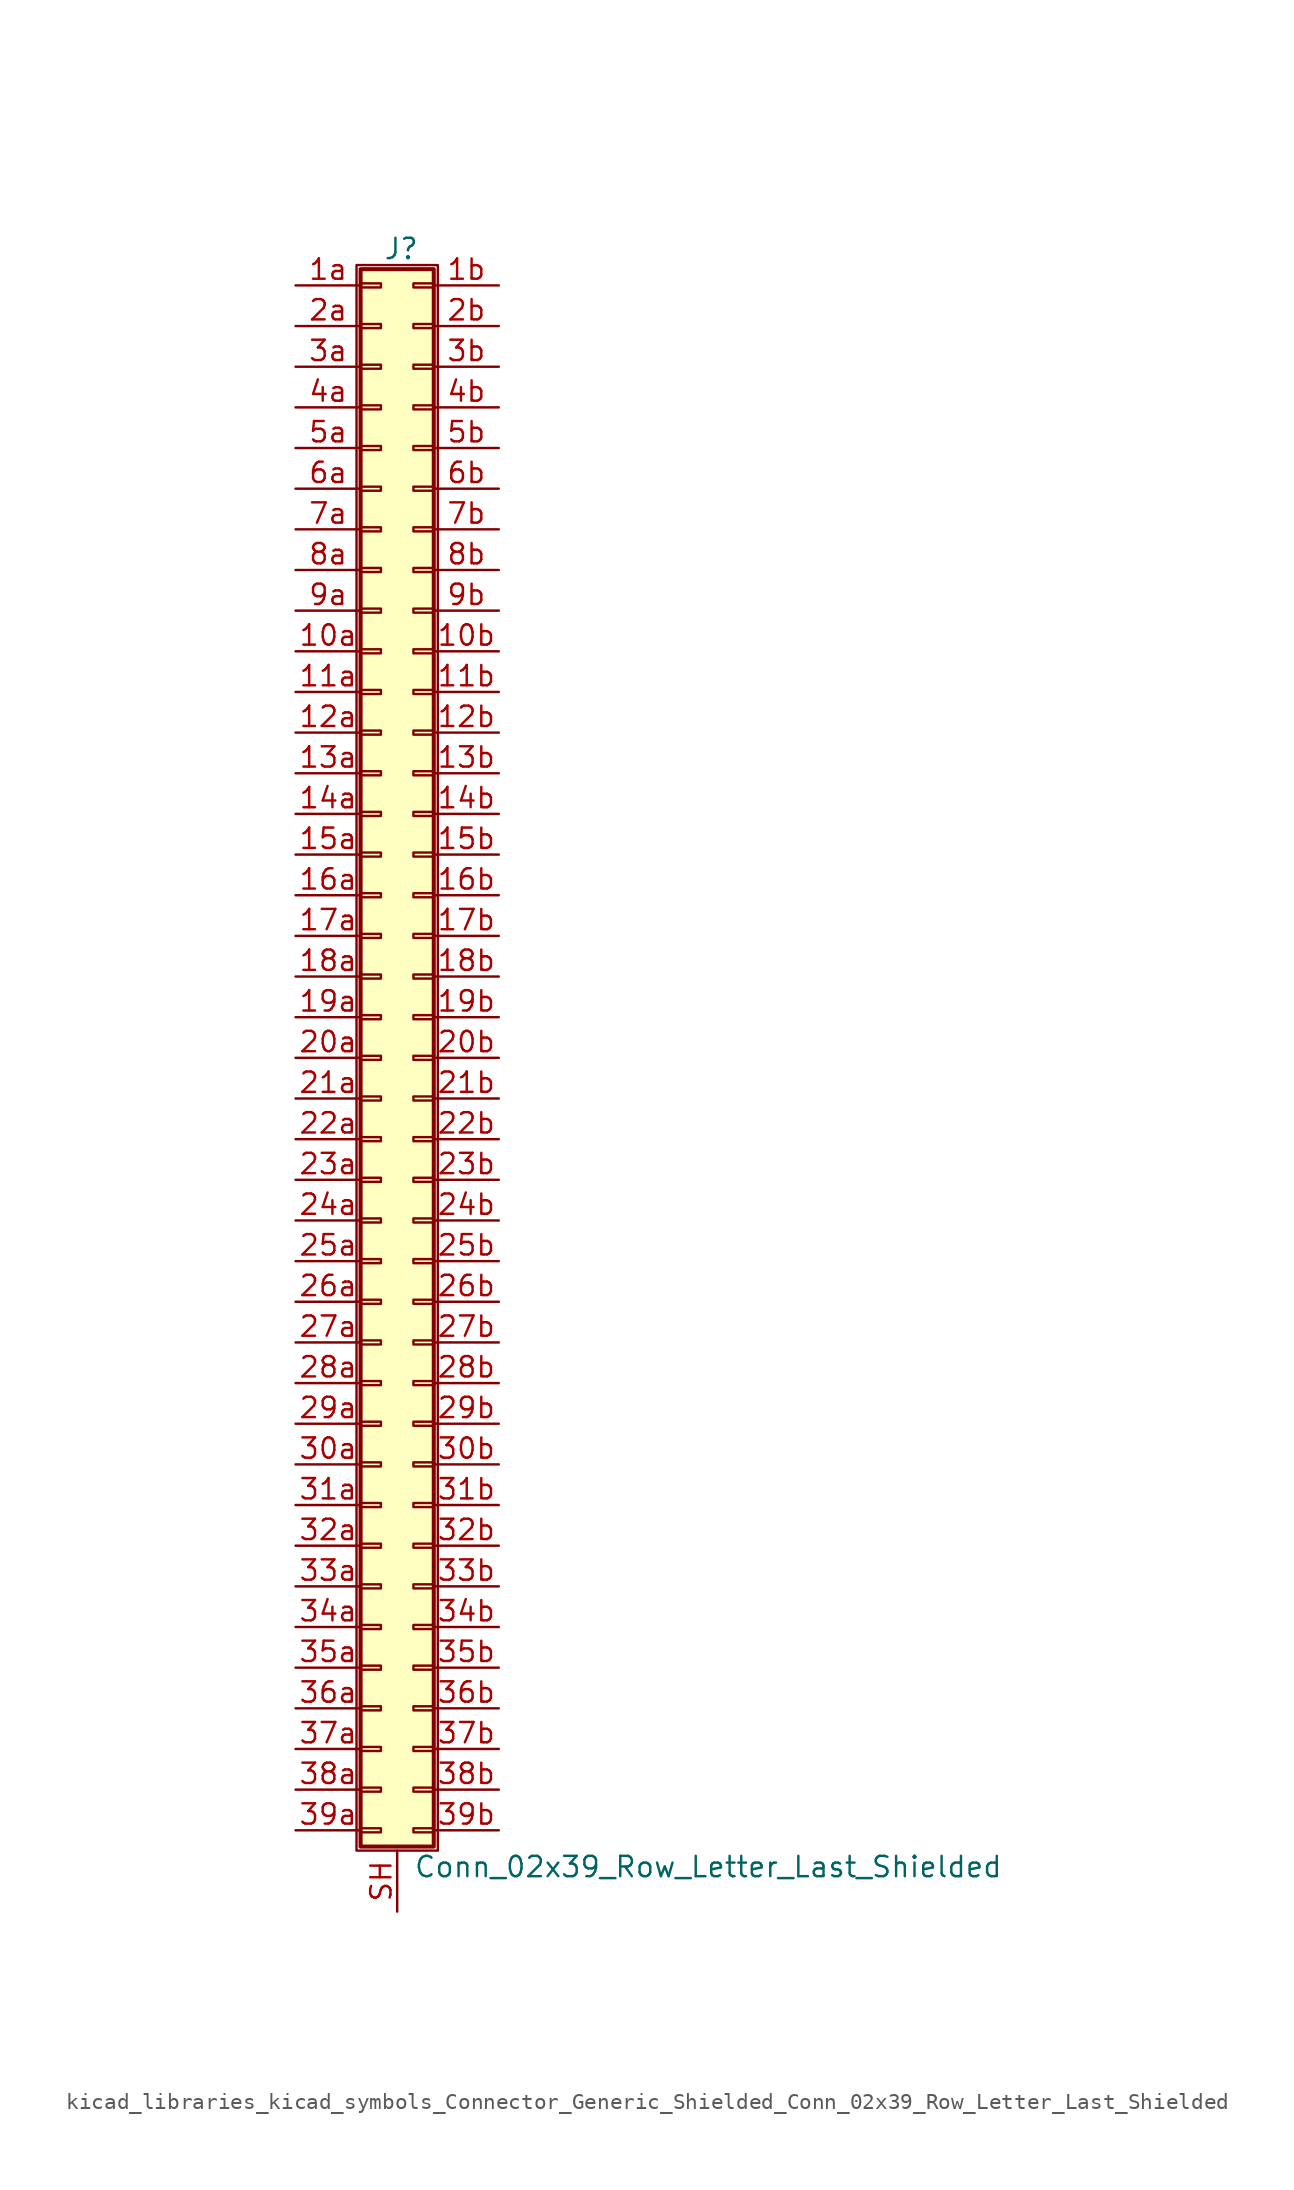
<source format=kicad_sym>
(kicad_symbol_lib
  (version 20220914)
  (generator kicad_symbol_editor)
  (symbol "kicad_libraries_kicad_symbols_Connector_Generic_Shielded_Conn_02x39_Row_Letter_Last_Shielded"
    (pin_names
      (offset 1.016) hide)
    (property "Reference" "J"
      (at 1.524 50.546 0)
      (effects (font (size 1.27 1.27))))
    (property "Value" "Conn_02x39_Row_Letter_Last_Shielded"
      (at 2.286 -50.546 0)
      (effects (font (size 1.27 1.27)) (justify left)))
    (symbol "kicad_libraries_kicad_symbols_Connector_Generic_Shielded_Conn_02x39_Row_Letter_Last_Shielded_1_1"
      (rectangle (start -1.27 49.53) (end 3.81 -49.53) (stroke (width 0.152) (type default)) (fill (type none)))
      (rectangle (start -1.016 -48.133) (end 0.254 -48.387) (stroke (width 0.152) (type default)) (fill (type none)))
      (rectangle (start -1.016 -45.593) (end 0.254 -45.847) (stroke (width 0.152) (type default)) (fill (type none)))
      (rectangle (start -1.016 -43.053) (end 0.254 -43.307) (stroke (width 0.152) (type default)) (fill (type none)))
      (rectangle (start -1.016 -40.513) (end 0.254 -40.767) (stroke (width 0.152) (type default)) (fill (type none)))
      (rectangle (start -1.016 -37.973) (end 0.254 -38.227) (stroke (width 0.152) (type default)) (fill (type none)))
      (rectangle (start -1.016 -35.433) (end 0.254 -35.687) (stroke (width 0.152) (type default)) (fill (type none)))
      (rectangle (start -1.016 -32.893) (end 0.254 -33.147) (stroke (width 0.152) (type default)) (fill (type none)))
      (rectangle (start -1.016 -30.353) (end 0.254 -30.607) (stroke (width 0.152) (type default)) (fill (type none)))
      (rectangle (start -1.016 -27.813) (end 0.254 -28.067) (stroke (width 0.152) (type default)) (fill (type none)))
      (rectangle (start -1.016 -25.273) (end 0.254 -25.527) (stroke (width 0.152) (type default)) (fill (type none)))
      (rectangle (start -1.016 -22.733) (end 0.254 -22.987) (stroke (width 0.152) (type default)) (fill (type none)))
      (rectangle (start -1.016 -20.193) (end 0.254 -20.447) (stroke (width 0.152) (type default)) (fill (type none)))
      (rectangle (start -1.016 -17.653) (end 0.254 -17.907) (stroke (width 0.152) (type default)) (fill (type none)))
      (rectangle (start -1.016 -15.113) (end 0.254 -15.367) (stroke (width 0.152) (type default)) (fill (type none)))
      (rectangle (start -1.016 -12.573) (end 0.254 -12.827) (stroke (width 0.152) (type default)) (fill (type none)))
      (rectangle (start -1.016 -10.033) (end 0.254 -10.287) (stroke (width 0.152) (type default)) (fill (type none)))
      (rectangle (start -1.016 -7.493) (end 0.254 -7.747) (stroke (width 0.152) (type default)) (fill (type none)))
      (rectangle (start -1.016 -4.953) (end 0.254 -5.207) (stroke (width 0.152) (type default)) (fill (type none)))
      (rectangle (start -1.016 -2.413) (end 0.254 -2.667) (stroke (width 0.152) (type default)) (fill (type none)))
      (rectangle (start -1.016 0.127) (end 0.254 -0.127) (stroke (width 0.152) (type default)) (fill (type none)))
      (rectangle (start -1.016 2.667) (end 0.254 2.413) (stroke (width 0.152) (type default)) (fill (type none)))
      (rectangle (start -1.016 5.207) (end 0.254 4.953) (stroke (width 0.152) (type default)) (fill (type none)))
      (rectangle (start -1.016 7.747) (end 0.254 7.493) (stroke (width 0.152) (type default)) (fill (type none)))
      (rectangle (start -1.016 10.287) (end 0.254 10.033) (stroke (width 0.152) (type default)) (fill (type none)))
      (rectangle (start -1.016 12.827) (end 0.254 12.573) (stroke (width 0.152) (type default)) (fill (type none)))
      (rectangle (start -1.016 15.367) (end 0.254 15.113) (stroke (width 0.152) (type default)) (fill (type none)))
      (rectangle (start -1.016 17.907) (end 0.254 17.653) (stroke (width 0.152) (type default)) (fill (type none)))
      (rectangle (start -1.016 20.447) (end 0.254 20.193) (stroke (width 0.152) (type default)) (fill (type none)))
      (rectangle (start -1.016 22.987) (end 0.254 22.733) (stroke (width 0.152) (type default)) (fill (type none)))
      (rectangle (start -1.016 25.527) (end 0.254 25.273) (stroke (width 0.152) (type default)) (fill (type none)))
      (rectangle (start -1.016 28.067) (end 0.254 27.813) (stroke (width 0.152) (type default)) (fill (type none)))
      (rectangle (start -1.016 30.607) (end 0.254 30.353) (stroke (width 0.152) (type default)) (fill (type none)))
      (rectangle (start -1.016 33.147) (end 0.254 32.893) (stroke (width 0.152) (type default)) (fill (type none)))
      (rectangle (start -1.016 35.687) (end 0.254 35.433) (stroke (width 0.152) (type default)) (fill (type none)))
      (rectangle (start -1.016 38.227) (end 0.254 37.973) (stroke (width 0.152) (type default)) (fill (type none)))
      (rectangle (start -1.016 40.767) (end 0.254 40.513) (stroke (width 0.152) (type default)) (fill (type none)))
      (rectangle (start -1.016 43.307) (end 0.254 43.053) (stroke (width 0.152) (type default)) (fill (type none)))
      (rectangle (start -1.016 45.847) (end 0.254 45.593) (stroke (width 0.152) (type default)) (fill (type none)))
      (rectangle (start -1.016 48.387) (end 0.254 48.133) (stroke (width 0.152) (type default)) (fill (type none)))
      (rectangle (start -1.016 49.276) (end 3.556 -49.276) (stroke (width 0.254) (type default)) (fill (type background)))
      (rectangle (start 3.556 -48.133) (end 2.286 -48.387) (stroke (width 0.152) (type default)) (fill (type none)))
      (rectangle (start 3.556 -45.593) (end 2.286 -45.847) (stroke (width 0.152) (type default)) (fill (type none)))
      (rectangle (start 3.556 -43.053) (end 2.286 -43.307) (stroke (width 0.152) (type default)) (fill (type none)))
      (rectangle (start 3.556 -40.513) (end 2.286 -40.767) (stroke (width 0.152) (type default)) (fill (type none)))
      (rectangle (start 3.556 -37.973) (end 2.286 -38.227) (stroke (width 0.152) (type default)) (fill (type none)))
      (rectangle (start 3.556 -35.433) (end 2.286 -35.687) (stroke (width 0.152) (type default)) (fill (type none)))
      (rectangle (start 3.556 -32.893) (end 2.286 -33.147) (stroke (width 0.152) (type default)) (fill (type none)))
      (rectangle (start 3.556 -30.353) (end 2.286 -30.607) (stroke (width 0.152) (type default)) (fill (type none)))
      (rectangle (start 3.556 -27.813) (end 2.286 -28.067) (stroke (width 0.152) (type default)) (fill (type none)))
      (rectangle (start 3.556 -25.273) (end 2.286 -25.527) (stroke (width 0.152) (type default)) (fill (type none)))
      (rectangle (start 3.556 -22.733) (end 2.286 -22.987) (stroke (width 0.152) (type default)) (fill (type none)))
      (rectangle (start 3.556 -20.193) (end 2.286 -20.447) (stroke (width 0.152) (type default)) (fill (type none)))
      (rectangle (start 3.556 -17.653) (end 2.286 -17.907) (stroke (width 0.152) (type default)) (fill (type none)))
      (rectangle (start 3.556 -15.113) (end 2.286 -15.367) (stroke (width 0.152) (type default)) (fill (type none)))
      (rectangle (start 3.556 -12.573) (end 2.286 -12.827) (stroke (width 0.152) (type default)) (fill (type none)))
      (rectangle (start 3.556 -10.033) (end 2.286 -10.287) (stroke (width 0.152) (type default)) (fill (type none)))
      (rectangle (start 3.556 -7.493) (end 2.286 -7.747) (stroke (width 0.152) (type default)) (fill (type none)))
      (rectangle (start 3.556 -4.953) (end 2.286 -5.207) (stroke (width 0.152) (type default)) (fill (type none)))
      (rectangle (start 3.556 -2.413) (end 2.286 -2.667) (stroke (width 0.152) (type default)) (fill (type none)))
      (rectangle (start 3.556 0.127) (end 2.286 -0.127) (stroke (width 0.152) (type default)) (fill (type none)))
      (rectangle (start 3.556 2.667) (end 2.286 2.413) (stroke (width 0.152) (type default)) (fill (type none)))
      (rectangle (start 3.556 5.207) (end 2.286 4.953) (stroke (width 0.152) (type default)) (fill (type none)))
      (rectangle (start 3.556 7.747) (end 2.286 7.493) (stroke (width 0.152) (type default)) (fill (type none)))
      (rectangle (start 3.556 10.287) (end 2.286 10.033) (stroke (width 0.152) (type default)) (fill (type none)))
      (rectangle (start 3.556 12.827) (end 2.286 12.573) (stroke (width 0.152) (type default)) (fill (type none)))
      (rectangle (start 3.556 15.367) (end 2.286 15.113) (stroke (width 0.152) (type default)) (fill (type none)))
      (rectangle (start 3.556 17.907) (end 2.286 17.653) (stroke (width 0.152) (type default)) (fill (type none)))
      (rectangle (start 3.556 20.447) (end 2.286 20.193) (stroke (width 0.152) (type default)) (fill (type none)))
      (rectangle (start 3.556 22.987) (end 2.286 22.733) (stroke (width 0.152) (type default)) (fill (type none)))
      (rectangle (start 3.556 25.527) (end 2.286 25.273) (stroke (width 0.152) (type default)) (fill (type none)))
      (rectangle (start 3.556 28.067) (end 2.286 27.813) (stroke (width 0.152) (type default)) (fill (type none)))
      (rectangle (start 3.556 30.607) (end 2.286 30.353) (stroke (width 0.152) (type default)) (fill (type none)))
      (rectangle (start 3.556 33.147) (end 2.286 32.893) (stroke (width 0.152) (type default)) (fill (type none)))
      (rectangle (start 3.556 35.687) (end 2.286 35.433) (stroke (width 0.152) (type default)) (fill (type none)))
      (rectangle (start 3.556 38.227) (end 2.286 37.973) (stroke (width 0.152) (type default)) (fill (type none)))
      (rectangle (start 3.556 40.767) (end 2.286 40.513) (stroke (width 0.152) (type default)) (fill (type none)))
      (rectangle (start 3.556 43.307) (end 2.286 43.053) (stroke (width 0.152) (type default)) (fill (type none)))
      (rectangle (start 3.556 45.847) (end 2.286 45.593) (stroke (width 0.152) (type default)) (fill (type none)))
      (rectangle (start 3.556 48.387) (end 2.286 48.133) (stroke (width 0.152) (type default)) (fill (type none)))
      (pin passive line (at -5.08 25.4 0) (length 4.064) (name "Pin_10a" (effects (font (size 1.27 1.27)))) (number "10a" (effects (font (size 1.27 1.27)))))
      (pin passive line (at 7.62 25.4 180) (length 4.064) (name "Pin_10b" (effects (font (size 1.27 1.27)))) (number "10b" (effects (font (size 1.27 1.27)))))
      (pin passive line (at -5.08 22.86 0) (length 4.064) (name "Pin_11a" (effects (font (size 1.27 1.27)))) (number "11a" (effects (font (size 1.27 1.27)))))
      (pin passive line (at 7.62 22.86 180) (length 4.064) (name "Pin_11b" (effects (font (size 1.27 1.27)))) (number "11b" (effects (font (size 1.27 1.27)))))
      (pin passive line (at -5.08 20.32 0) (length 4.064) (name "Pin_12a" (effects (font (size 1.27 1.27)))) (number "12a" (effects (font (size 1.27 1.27)))))
      (pin passive line (at 7.62 20.32 180) (length 4.064) (name "Pin_12b" (effects (font (size 1.27 1.27)))) (number "12b" (effects (font (size 1.27 1.27)))))
      (pin passive line (at -5.08 17.78 0) (length 4.064) (name "Pin_13a" (effects (font (size 1.27 1.27)))) (number "13a" (effects (font (size 1.27 1.27)))))
      (pin passive line (at 7.62 17.78 180) (length 4.064) (name "Pin_13b" (effects (font (size 1.27 1.27)))) (number "13b" (effects (font (size 1.27 1.27)))))
      (pin passive line (at -5.08 15.24 0) (length 4.064) (name "Pin_14a" (effects (font (size 1.27 1.27)))) (number "14a" (effects (font (size 1.27 1.27)))))
      (pin passive line (at 7.62 15.24 180) (length 4.064) (name "Pin_14b" (effects (font (size 1.27 1.27)))) (number "14b" (effects (font (size 1.27 1.27)))))
      (pin passive line (at -5.08 12.7 0) (length 4.064) (name "Pin_15a" (effects (font (size 1.27 1.27)))) (number "15a" (effects (font (size 1.27 1.27)))))
      (pin passive line (at 7.62 12.7 180) (length 4.064) (name "Pin_15b" (effects (font (size 1.27 1.27)))) (number "15b" (effects (font (size 1.27 1.27)))))
      (pin passive line (at -5.08 10.16 0) (length 4.064) (name "Pin_16a" (effects (font (size 1.27 1.27)))) (number "16a" (effects (font (size 1.27 1.27)))))
      (pin passive line (at 7.62 10.16 180) (length 4.064) (name "Pin_16b" (effects (font (size 1.27 1.27)))) (number "16b" (effects (font (size 1.27 1.27)))))
      (pin passive line (at -5.08 7.62 0) (length 4.064) (name "Pin_17a" (effects (font (size 1.27 1.27)))) (number "17a" (effects (font (size 1.27 1.27)))))
      (pin passive line (at 7.62 7.62 180) (length 4.064) (name "Pin_17b" (effects (font (size 1.27 1.27)))) (number "17b" (effects (font (size 1.27 1.27)))))
      (pin passive line (at -5.08 5.08 0) (length 4.064) (name "Pin_18a" (effects (font (size 1.27 1.27)))) (number "18a" (effects (font (size 1.27 1.27)))))
      (pin passive line (at 7.62 5.08 180) (length 4.064) (name "Pin_18b" (effects (font (size 1.27 1.27)))) (number "18b" (effects (font (size 1.27 1.27)))))
      (pin passive line (at -5.08 2.54 0) (length 4.064) (name "Pin_19a" (effects (font (size 1.27 1.27)))) (number "19a" (effects (font (size 1.27 1.27)))))
      (pin passive line (at 7.62 2.54 180) (length 4.064) (name "Pin_19b" (effects (font (size 1.27 1.27)))) (number "19b" (effects (font (size 1.27 1.27)))))
      (pin passive line (at -5.08 48.26 0) (length 4.064) (name "Pin_1a" (effects (font (size 1.27 1.27)))) (number "1a" (effects (font (size 1.27 1.27)))))
      (pin passive line (at 7.62 48.26 180) (length 4.064) (name "Pin_1b" (effects (font (size 1.27 1.27)))) (number "1b" (effects (font (size 1.27 1.27)))))
      (pin passive line (at -5.08 0 0) (length 4.064) (name "Pin_20a" (effects (font (size 1.27 1.27)))) (number "20a" (effects (font (size 1.27 1.27)))))
      (pin passive line (at 7.62 0 180) (length 4.064) (name "Pin_20b" (effects (font (size 1.27 1.27)))) (number "20b" (effects (font (size 1.27 1.27)))))
      (pin passive line (at -5.08 -2.54 0) (length 4.064) (name "Pin_21a" (effects (font (size 1.27 1.27)))) (number "21a" (effects (font (size 1.27 1.27)))))
      (pin passive line (at 7.62 -2.54 180) (length 4.064) (name "Pin_21b" (effects (font (size 1.27 1.27)))) (number "21b" (effects (font (size 1.27 1.27)))))
      (pin passive line (at -5.08 -5.08 0) (length 4.064) (name "Pin_22a" (effects (font (size 1.27 1.27)))) (number "22a" (effects (font (size 1.27 1.27)))))
      (pin passive line (at 7.62 -5.08 180) (length 4.064) (name "Pin_22b" (effects (font (size 1.27 1.27)))) (number "22b" (effects (font (size 1.27 1.27)))))
      (pin passive line (at -5.08 -7.62 0) (length 4.064) (name "Pin_23a" (effects (font (size 1.27 1.27)))) (number "23a" (effects (font (size 1.27 1.27)))))
      (pin passive line (at 7.62 -7.62 180) (length 4.064) (name "Pin_23b" (effects (font (size 1.27 1.27)))) (number "23b" (effects (font (size 1.27 1.27)))))
      (pin passive line (at -5.08 -10.16 0) (length 4.064) (name "Pin_24a" (effects (font (size 1.27 1.27)))) (number "24a" (effects (font (size 1.27 1.27)))))
      (pin passive line (at 7.62 -10.16 180) (length 4.064) (name "Pin_24b" (effects (font (size 1.27 1.27)))) (number "24b" (effects (font (size 1.27 1.27)))))
      (pin passive line (at -5.08 -12.7 0) (length 4.064) (name "Pin_25a" (effects (font (size 1.27 1.27)))) (number "25a" (effects (font (size 1.27 1.27)))))
      (pin passive line (at 7.62 -12.7 180) (length 4.064) (name "Pin_25b" (effects (font (size 1.27 1.27)))) (number "25b" (effects (font (size 1.27 1.27)))))
      (pin passive line (at -5.08 -15.24 0) (length 4.064) (name "Pin_26a" (effects (font (size 1.27 1.27)))) (number "26a" (effects (font (size 1.27 1.27)))))
      (pin passive line (at 7.62 -15.24 180) (length 4.064) (name "Pin_26b" (effects (font (size 1.27 1.27)))) (number "26b" (effects (font (size 1.27 1.27)))))
      (pin passive line (at -5.08 -17.78 0) (length 4.064) (name "Pin_27a" (effects (font (size 1.27 1.27)))) (number "27a" (effects (font (size 1.27 1.27)))))
      (pin passive line (at 7.62 -17.78 180) (length 4.064) (name "Pin_27b" (effects (font (size 1.27 1.27)))) (number "27b" (effects (font (size 1.27 1.27)))))
      (pin passive line (at -5.08 -20.32 0) (length 4.064) (name "Pin_28a" (effects (font (size 1.27 1.27)))) (number "28a" (effects (font (size 1.27 1.27)))))
      (pin passive line (at 7.62 -20.32 180) (length 4.064) (name "Pin_28b" (effects (font (size 1.27 1.27)))) (number "28b" (effects (font (size 1.27 1.27)))))
      (pin passive line (at -5.08 -22.86 0) (length 4.064) (name "Pin_29a" (effects (font (size 1.27 1.27)))) (number "29a" (effects (font (size 1.27 1.27)))))
      (pin passive line (at 7.62 -22.86 180) (length 4.064) (name "Pin_29b" (effects (font (size 1.27 1.27)))) (number "29b" (effects (font (size 1.27 1.27)))))
      (pin passive line (at -5.08 45.72 0) (length 4.064) (name "Pin_2a" (effects (font (size 1.27 1.27)))) (number "2a" (effects (font (size 1.27 1.27)))))
      (pin passive line (at 7.62 45.72 180) (length 4.064) (name "Pin_2b" (effects (font (size 1.27 1.27)))) (number "2b" (effects (font (size 1.27 1.27)))))
      (pin passive line (at -5.08 -25.4 0) (length 4.064) (name "Pin_30a" (effects (font (size 1.27 1.27)))) (number "30a" (effects (font (size 1.27 1.27)))))
      (pin passive line (at 7.62 -25.4 180) (length 4.064) (name "Pin_30b" (effects (font (size 1.27 1.27)))) (number "30b" (effects (font (size 1.27 1.27)))))
      (pin passive line (at -5.08 -27.94 0) (length 4.064) (name "Pin_31a" (effects (font (size 1.27 1.27)))) (number "31a" (effects (font (size 1.27 1.27)))))
      (pin passive line (at 7.62 -27.94 180) (length 4.064) (name "Pin_31b" (effects (font (size 1.27 1.27)))) (number "31b" (effects (font (size 1.27 1.27)))))
      (pin passive line (at -5.08 -30.48 0) (length 4.064) (name "Pin_32a" (effects (font (size 1.27 1.27)))) (number "32a" (effects (font (size 1.27 1.27)))))
      (pin passive line (at 7.62 -30.48 180) (length 4.064) (name "Pin_32b" (effects (font (size 1.27 1.27)))) (number "32b" (effects (font (size 1.27 1.27)))))
      (pin passive line (at -5.08 -33.02 0) (length 4.064) (name "Pin_33a" (effects (font (size 1.27 1.27)))) (number "33a" (effects (font (size 1.27 1.27)))))
      (pin passive line (at 7.62 -33.02 180) (length 4.064) (name "Pin_33b" (effects (font (size 1.27 1.27)))) (number "33b" (effects (font (size 1.27 1.27)))))
      (pin passive line (at -5.08 -35.56 0) (length 4.064) (name "Pin_34a" (effects (font (size 1.27 1.27)))) (number "34a" (effects (font (size 1.27 1.27)))))
      (pin passive line (at 7.62 -35.56 180) (length 4.064) (name "Pin_34b" (effects (font (size 1.27 1.27)))) (number "34b" (effects (font (size 1.27 1.27)))))
      (pin passive line (at -5.08 -38.1 0) (length 4.064) (name "Pin_35a" (effects (font (size 1.27 1.27)))) (number "35a" (effects (font (size 1.27 1.27)))))
      (pin passive line (at 7.62 -38.1 180) (length 4.064) (name "Pin_35b" (effects (font (size 1.27 1.27)))) (number "35b" (effects (font (size 1.27 1.27)))))
      (pin passive line (at -5.08 -40.64 0) (length 4.064) (name "Pin_36a" (effects (font (size 1.27 1.27)))) (number "36a" (effects (font (size 1.27 1.27)))))
      (pin passive line (at 7.62 -40.64 180) (length 4.064) (name "Pin_36b" (effects (font (size 1.27 1.27)))) (number "36b" (effects (font (size 1.27 1.27)))))
      (pin passive line (at -5.08 -43.18 0) (length 4.064) (name "Pin_37a" (effects (font (size 1.27 1.27)))) (number "37a" (effects (font (size 1.27 1.27)))))
      (pin passive line (at 7.62 -43.18 180) (length 4.064) (name "Pin_37b" (effects (font (size 1.27 1.27)))) (number "37b" (effects (font (size 1.27 1.27)))))
      (pin passive line (at -5.08 -45.72 0) (length 4.064) (name "Pin_38a" (effects (font (size 1.27 1.27)))) (number "38a" (effects (font (size 1.27 1.27)))))
      (pin passive line (at 7.62 -45.72 180) (length 4.064) (name "Pin_38b" (effects (font (size 1.27 1.27)))) (number "38b" (effects (font (size 1.27 1.27)))))
      (pin passive line (at -5.08 -48.26 0) (length 4.064) (name "Pin_39a" (effects (font (size 1.27 1.27)))) (number "39a" (effects (font (size 1.27 1.27)))))
      (pin passive line (at 7.62 -48.26 180) (length 4.064) (name "Pin_39b" (effects (font (size 1.27 1.27)))) (number "39b" (effects (font (size 1.27 1.27)))))
      (pin passive line (at -5.08 43.18 0) (length 4.064) (name "Pin_3a" (effects (font (size 1.27 1.27)))) (number "3a" (effects (font (size 1.27 1.27)))))
      (pin passive line (at 7.62 43.18 180) (length 4.064) (name "Pin_3b" (effects (font (size 1.27 1.27)))) (number "3b" (effects (font (size 1.27 1.27)))))
      (pin passive line (at -5.08 40.64 0) (length 4.064) (name "Pin_4a" (effects (font (size 1.27 1.27)))) (number "4a" (effects (font (size 1.27 1.27)))))
      (pin passive line (at 7.62 40.64 180) (length 4.064) (name "Pin_4b" (effects (font (size 1.27 1.27)))) (number "4b" (effects (font (size 1.27 1.27)))))
      (pin passive line (at -5.08 38.1 0) (length 4.064) (name "Pin_5a" (effects (font (size 1.27 1.27)))) (number "5a" (effects (font (size 1.27 1.27)))))
      (pin passive line (at 7.62 38.1 180) (length 4.064) (name "Pin_5b" (effects (font (size 1.27 1.27)))) (number "5b" (effects (font (size 1.27 1.27)))))
      (pin passive line (at -5.08 35.56 0) (length 4.064) (name "Pin_6a" (effects (font (size 1.27 1.27)))) (number "6a" (effects (font (size 1.27 1.27)))))
      (pin passive line (at 7.62 35.56 180) (length 4.064) (name "Pin_6b" (effects (font (size 1.27 1.27)))) (number "6b" (effects (font (size 1.27 1.27)))))
      (pin passive line (at -5.08 33.02 0) (length 4.064) (name "Pin_7a" (effects (font (size 1.27 1.27)))) (number "7a" (effects (font (size 1.27 1.27)))))
      (pin passive line (at 7.62 33.02 180) (length 4.064) (name "Pin_7b" (effects (font (size 1.27 1.27)))) (number "7b" (effects (font (size 1.27 1.27)))))
      (pin passive line (at -5.08 30.48 0) (length 4.064) (name "Pin_8a" (effects (font (size 1.27 1.27)))) (number "8a" (effects (font (size 1.27 1.27)))))
      (pin passive line (at 7.62 30.48 180) (length 4.064) (name "Pin_8b" (effects (font (size 1.27 1.27)))) (number "8b" (effects (font (size 1.27 1.27)))))
      (pin passive line (at -5.08 27.94 0) (length 4.064) (name "Pin_9a" (effects (font (size 1.27 1.27)))) (number "9a" (effects (font (size 1.27 1.27)))))
      (pin passive line (at 7.62 27.94 180) (length 4.064) (name "Pin_9b" (effects (font (size 1.27 1.27)))) (number "9b" (effects (font (size 1.27 1.27)))))
      (pin passive line (at 1.27 -53.34 90) (length 3.81) (name "Shield" (effects (font (size 1.27 1.27)))) (number "SH" (effects (font (size 1.27 1.27))))))))
</source>
